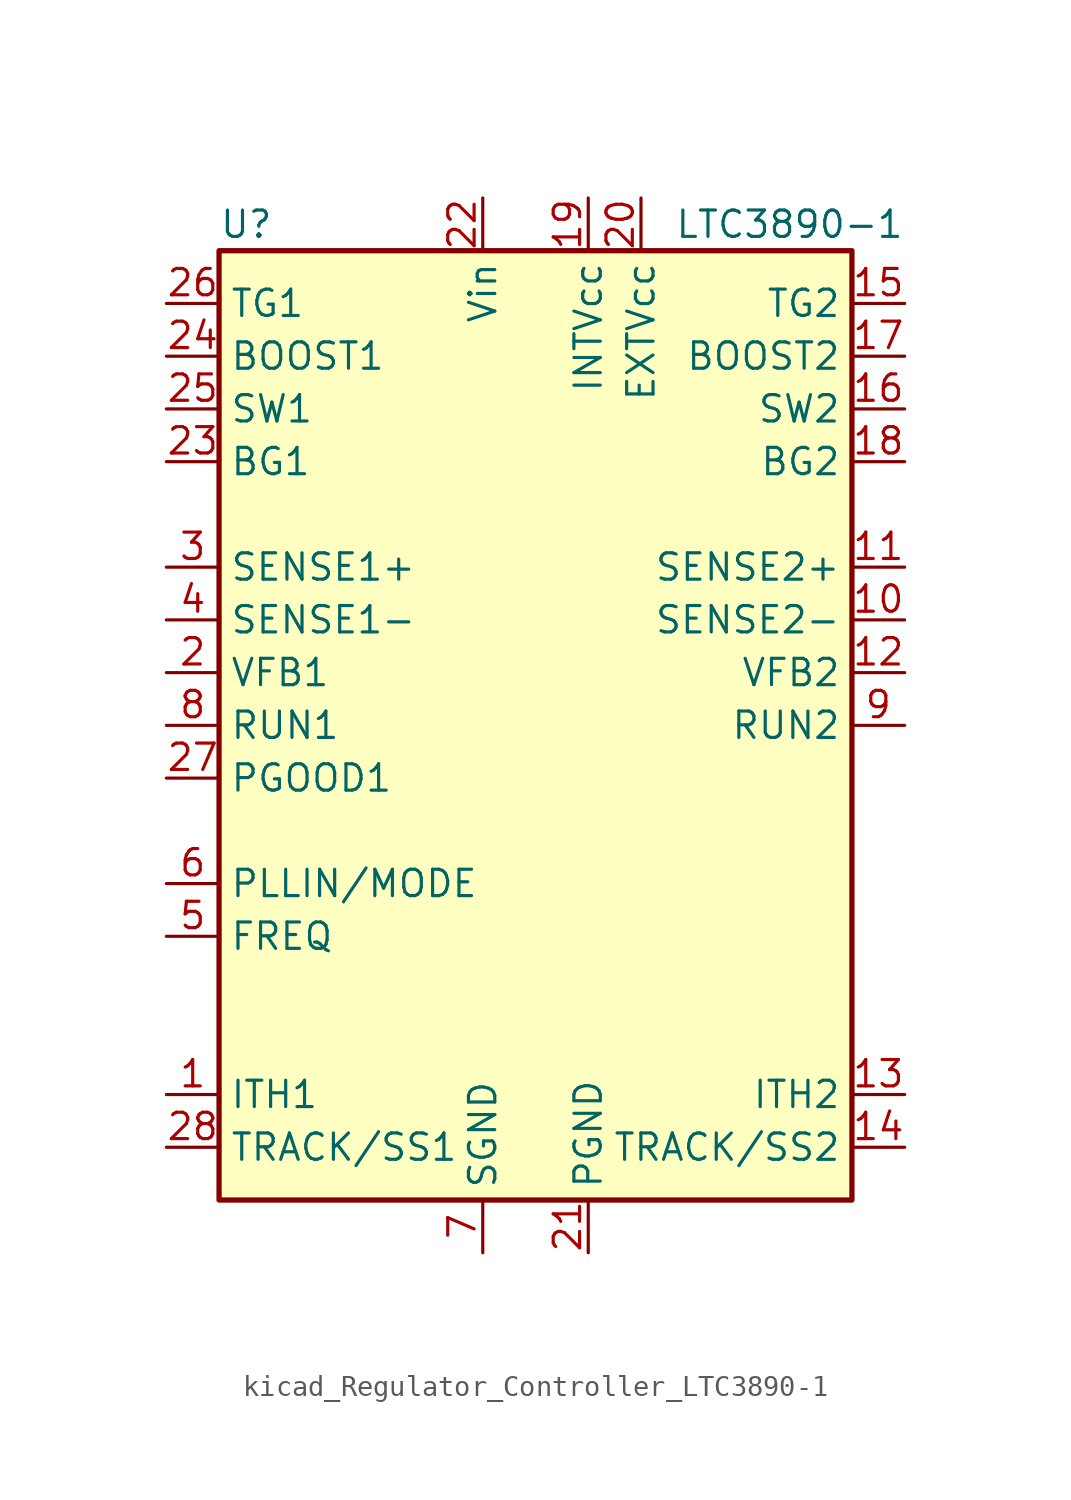
<source format=kicad_sym>
(kicad_symbol_lib
  (version 20220914)
  (generator kicad_symbol_editor)
  (symbol "kicad_Regulator_Controller_LTC3890-1"
    (property "Reference" "U"
      (at -15.24 24.13 0)
      (effects (font (size 1.27 1.27)) (justify left)))
    (property "Value" "LTC3890-1"
      (at 17.78 24.13 0)
      (effects (font (size 1.27 1.27)) (justify right)))
    (symbol "kicad_Regulator_Controller_LTC3890-1_0_1"
      (rectangle (start -15.24 22.86) (end 15.24 -22.86) (stroke (width 0.254) (type default)) (fill (type background))))
    (symbol "kicad_Regulator_Controller_LTC3890-1_1_1"
      (pin passive line (at -17.78 -17.78 0) (length 2.54) (name "ITH1" (effects (font (size 1.27 1.27)))) (number "1" (effects (font (size 1.27 1.27)))))
      (pin input line (at 17.78 5.08 180) (length 2.54) (name "SENSE2-" (effects (font (size 1.27 1.27)))) (number "10" (effects (font (size 1.27 1.27)))))
      (pin input line (at 17.78 7.62 180) (length 2.54) (name "SENSE2+" (effects (font (size 1.27 1.27)))) (number "11" (effects (font (size 1.27 1.27)))))
      (pin input line (at 17.78 2.54 180) (length 2.54) (name "VFB2" (effects (font (size 1.27 1.27)))) (number "12" (effects (font (size 1.27 1.27)))))
      (pin passive line (at 17.78 -17.78 180) (length 2.54) (name "ITH2" (effects (font (size 1.27 1.27)))) (number "13" (effects (font (size 1.27 1.27)))))
      (pin input line (at 17.78 -20.32 180) (length 2.54) (name "TRACK/SS2" (effects (font (size 1.27 1.27)))) (number "14" (effects (font (size 1.27 1.27)))))
      (pin output line (at 17.78 20.32 180) (length 2.54) (name "TG2" (effects (font (size 1.27 1.27)))) (number "15" (effects (font (size 1.27 1.27)))))
      (pin output line (at 17.78 15.24 180) (length 2.54) (name "SW2" (effects (font (size 1.27 1.27)))) (number "16" (effects (font (size 1.27 1.27)))))
      (pin output line (at 17.78 17.78 180) (length 2.54) (name "BOOST2" (effects (font (size 1.27 1.27)))) (number "17" (effects (font (size 1.27 1.27)))))
      (pin output line (at 17.78 12.7 180) (length 2.54) (name "BG2" (effects (font (size 1.27 1.27)))) (number "18" (effects (font (size 1.27 1.27)))))
      (pin power_out line (at 2.54 25.4 270) (length 2.54) (name "INTVcc" (effects (font (size 1.27 1.27)))) (number "19" (effects (font (size 1.27 1.27)))))
      (pin input line (at -17.78 2.54 0) (length 2.54) (name "VFB1" (effects (font (size 1.27 1.27)))) (number "2" (effects (font (size 1.27 1.27)))))
      (pin power_in line (at 5.08 25.4 270) (length 2.54) (name "EXTVcc" (effects (font (size 1.27 1.27)))) (number "20" (effects (font (size 1.27 1.27)))))
      (pin power_in line (at 2.54 -25.4 90) (length 2.54) (name "PGND" (effects (font (size 1.27 1.27)))) (number "21" (effects (font (size 1.27 1.27)))))
      (pin power_in line (at -2.54 25.4 270) (length 2.54) (name "Vin" (effects (font (size 1.27 1.27)))) (number "22" (effects (font (size 1.27 1.27)))))
      (pin output line (at -17.78 12.7 0) (length 2.54) (name "BG1" (effects (font (size 1.27 1.27)))) (number "23" (effects (font (size 1.27 1.27)))))
      (pin output line (at -17.78 17.78 0) (length 2.54) (name "BOOST1" (effects (font (size 1.27 1.27)))) (number "24" (effects (font (size 1.27 1.27)))))
      (pin output line (at -17.78 15.24 0) (length 2.54) (name "SW1" (effects (font (size 1.27 1.27)))) (number "25" (effects (font (size 1.27 1.27)))))
      (pin output line (at -17.78 20.32 0) (length 2.54) (name "TG1" (effects (font (size 1.27 1.27)))) (number "26" (effects (font (size 1.27 1.27)))))
      (pin output line (at -17.78 -2.54 0) (length 2.54) (name "PGOOD1" (effects (font (size 1.27 1.27)))) (number "27" (effects (font (size 1.27 1.27)))))
      (pin input line (at -17.78 -20.32 0) (length 2.54) (name "TRACK/SS1" (effects (font (size 1.27 1.27)))) (number "28" (effects (font (size 1.27 1.27)))))
      (pin input line (at -17.78 7.62 0) (length 2.54) (name "SENSE1+" (effects (font (size 1.27 1.27)))) (number "3" (effects (font (size 1.27 1.27)))))
      (pin input line (at -17.78 5.08 0) (length 2.54) (name "SENSE1-" (effects (font (size 1.27 1.27)))) (number "4" (effects (font (size 1.27 1.27)))))
      (pin input line (at -17.78 -10.16 0) (length 2.54) (name "FREQ" (effects (font (size 1.27 1.27)))) (number "5" (effects (font (size 1.27 1.27)))))
      (pin input line (at -17.78 -7.62 0) (length 2.54) (name "PLLIN/MODE" (effects (font (size 1.27 1.27)))) (number "6" (effects (font (size 1.27 1.27)))))
      (pin power_in line (at -2.54 -25.4 90) (length 2.54) (name "SGND" (effects (font (size 1.27 1.27)))) (number "7" (effects (font (size 1.27 1.27)))))
      (pin input line (at -17.78 0 0) (length 2.54) (name "RUN1" (effects (font (size 1.27 1.27)))) (number "8" (effects (font (size 1.27 1.27)))))
      (pin input line (at 17.78 0 180) (length 2.54) (name "RUN2" (effects (font (size 1.27 1.27)))) (number "9" (effects (font (size 1.27 1.27))))))))
</source>
